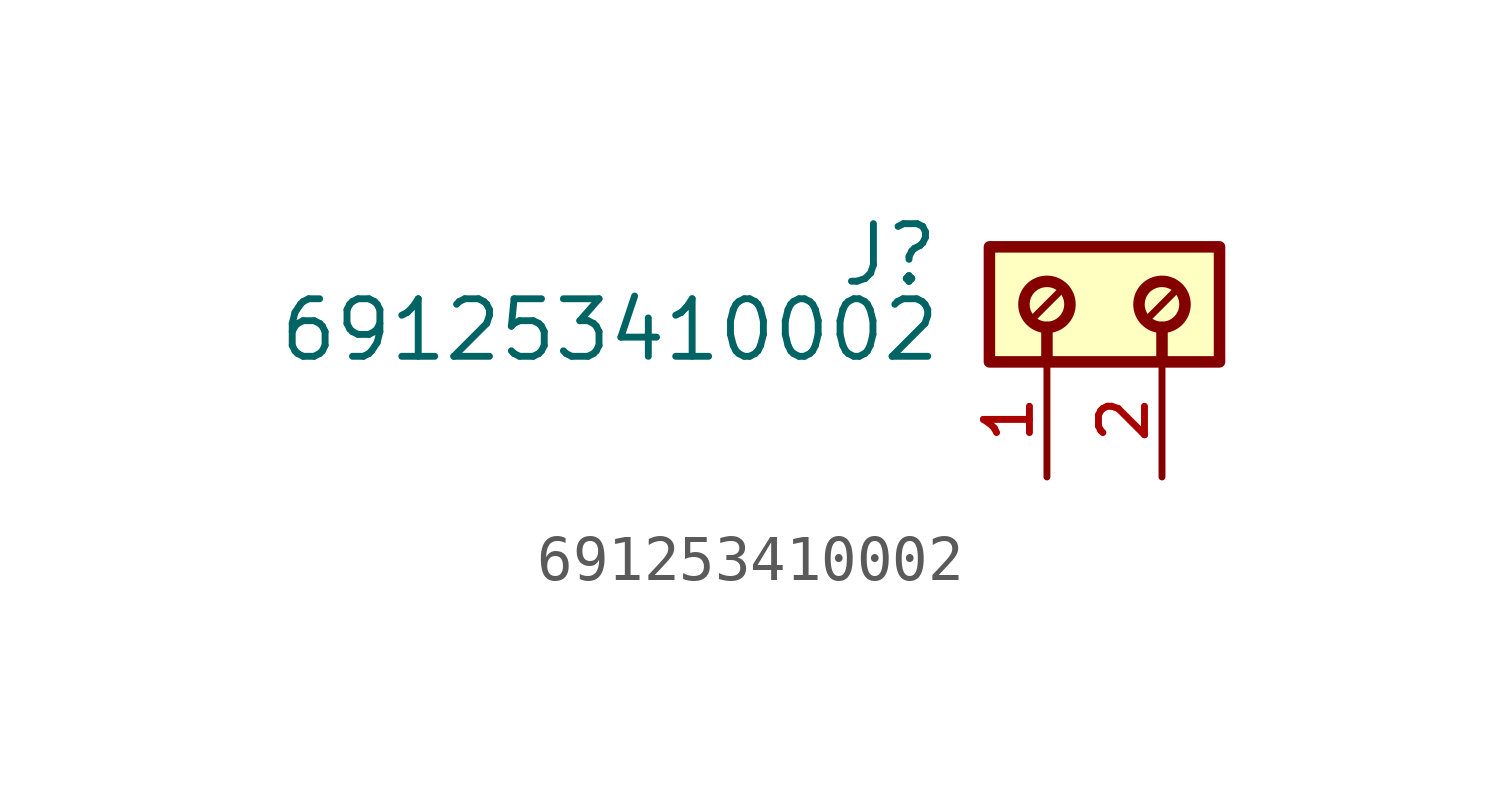
<source format=kicad_sym>
(kicad_symbol_lib
  (version 20211014)
  (generator kicad_symbol_editor)
  (symbol "691253410002"
    (pin_names
      (offset 1.016))
    (property "Reference" "J"
      (at -4.88 -0.922 0)
      (effects (font (size 1.27 1.27)) (justify bottom right)))
    (property "Value" "691253410002"
      (at -4.83 -2.58 0)
      (effects (font (size 1.27 1.27)) (justify bottom right)))
    (symbol "691253410002_0_0"
      (polyline (pts (xy -2.54 -1.778) (xy -2.54 -2.54)) (stroke (width 0.254)))
      (polyline (pts (xy 0.0 -1.778) (xy 0.0 -2.54)) (stroke (width 0.254)))
      (polyline (pts (xy -2.286 -1.016) (xy -2.794 -1.524)) (stroke (width 0.152)))
      (polyline (pts (xy 0.254 -1.016) (xy -0.254 -1.524)) (stroke (width 0.152)))
      (circle (center -2.54 -1.27) (radius 0.508) (stroke (width 0.254)) (fill (type none)))
      (circle (center 0.0 -1.27) (radius 0.508) (stroke (width 0.254)) (fill (type none)))
      (rectangle (start -3.81 -2.54) (end 1.27 -2.22044604925e-16) (stroke (width 0.254)) (fill (type background)))
      (pin passive line (at -2.54 -5.08 90.0) (length 2.54) (name "~" (effects (font (size 1.016 1.016)))) (number "1" (effects (font (size 1.016 1.016)))))
      (pin passive line (at 0.0 -5.08 90.0) (length 2.54) (name "~" (effects (font (size 1.016 1.016)))) (number "2" (effects (font (size 1.016 1.016))))))))
</source>
